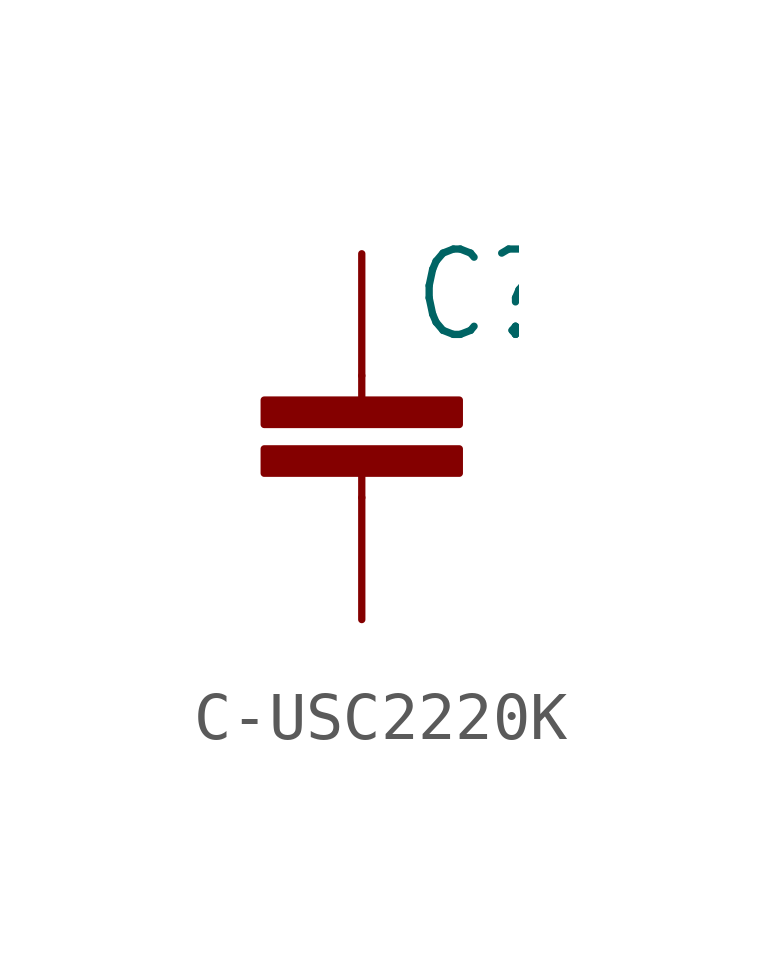
<source format=kicad_sym>
(kicad_symbol_lib
  (version 20231120)
  (generator "kicad_symbol_editor")
  (generator_version "8.99")
  (symbol "C-USC2220K"
    (property "Reference" "C"
      (at 1.016 0.635 0)
      (effects (font (size 1.778 1.511)) (justify left bottom)))
    (property "Value" ""
      (at 1.016 -4.191 0)
      (effects (font (size 1.778 1.511)) (justify left bottom)))
    (property "ki_locked" ""
      (at 0 0 0)
      (effects (font (size 1.27 1.27))))
    (symbol "C-USC2220K_1_0"
      (rectangle (start -2.032 -2.032) (end 2.032 -1.524) (stroke (width 0) (type default)) (fill (type outline)))
      (rectangle (start -2.032 -1.016) (end 2.032 -0.508) (stroke (width 0) (type default)) (fill (type outline)))
      (polyline (pts (xy 0 -2.54) (xy 0 -2.032)) (stroke (width 0.152) (type solid)) (fill (type none)))
      (polyline (pts (xy 0 0) (xy 0 -0.508)) (stroke (width 0.152) (type solid)) (fill (type none)))
      (pin passive line (at 0 2.54 270) (length 2.54) (name "1" (effects (font (size 0 0)))) (number "1" (effects (font (size 0 0)))))
      (pin passive line (at 0 -5.08 90) (length 2.54) (name "2" (effects (font (size 0 0)))) (number "2" (effects (font (size 0 0))))))))
</source>
